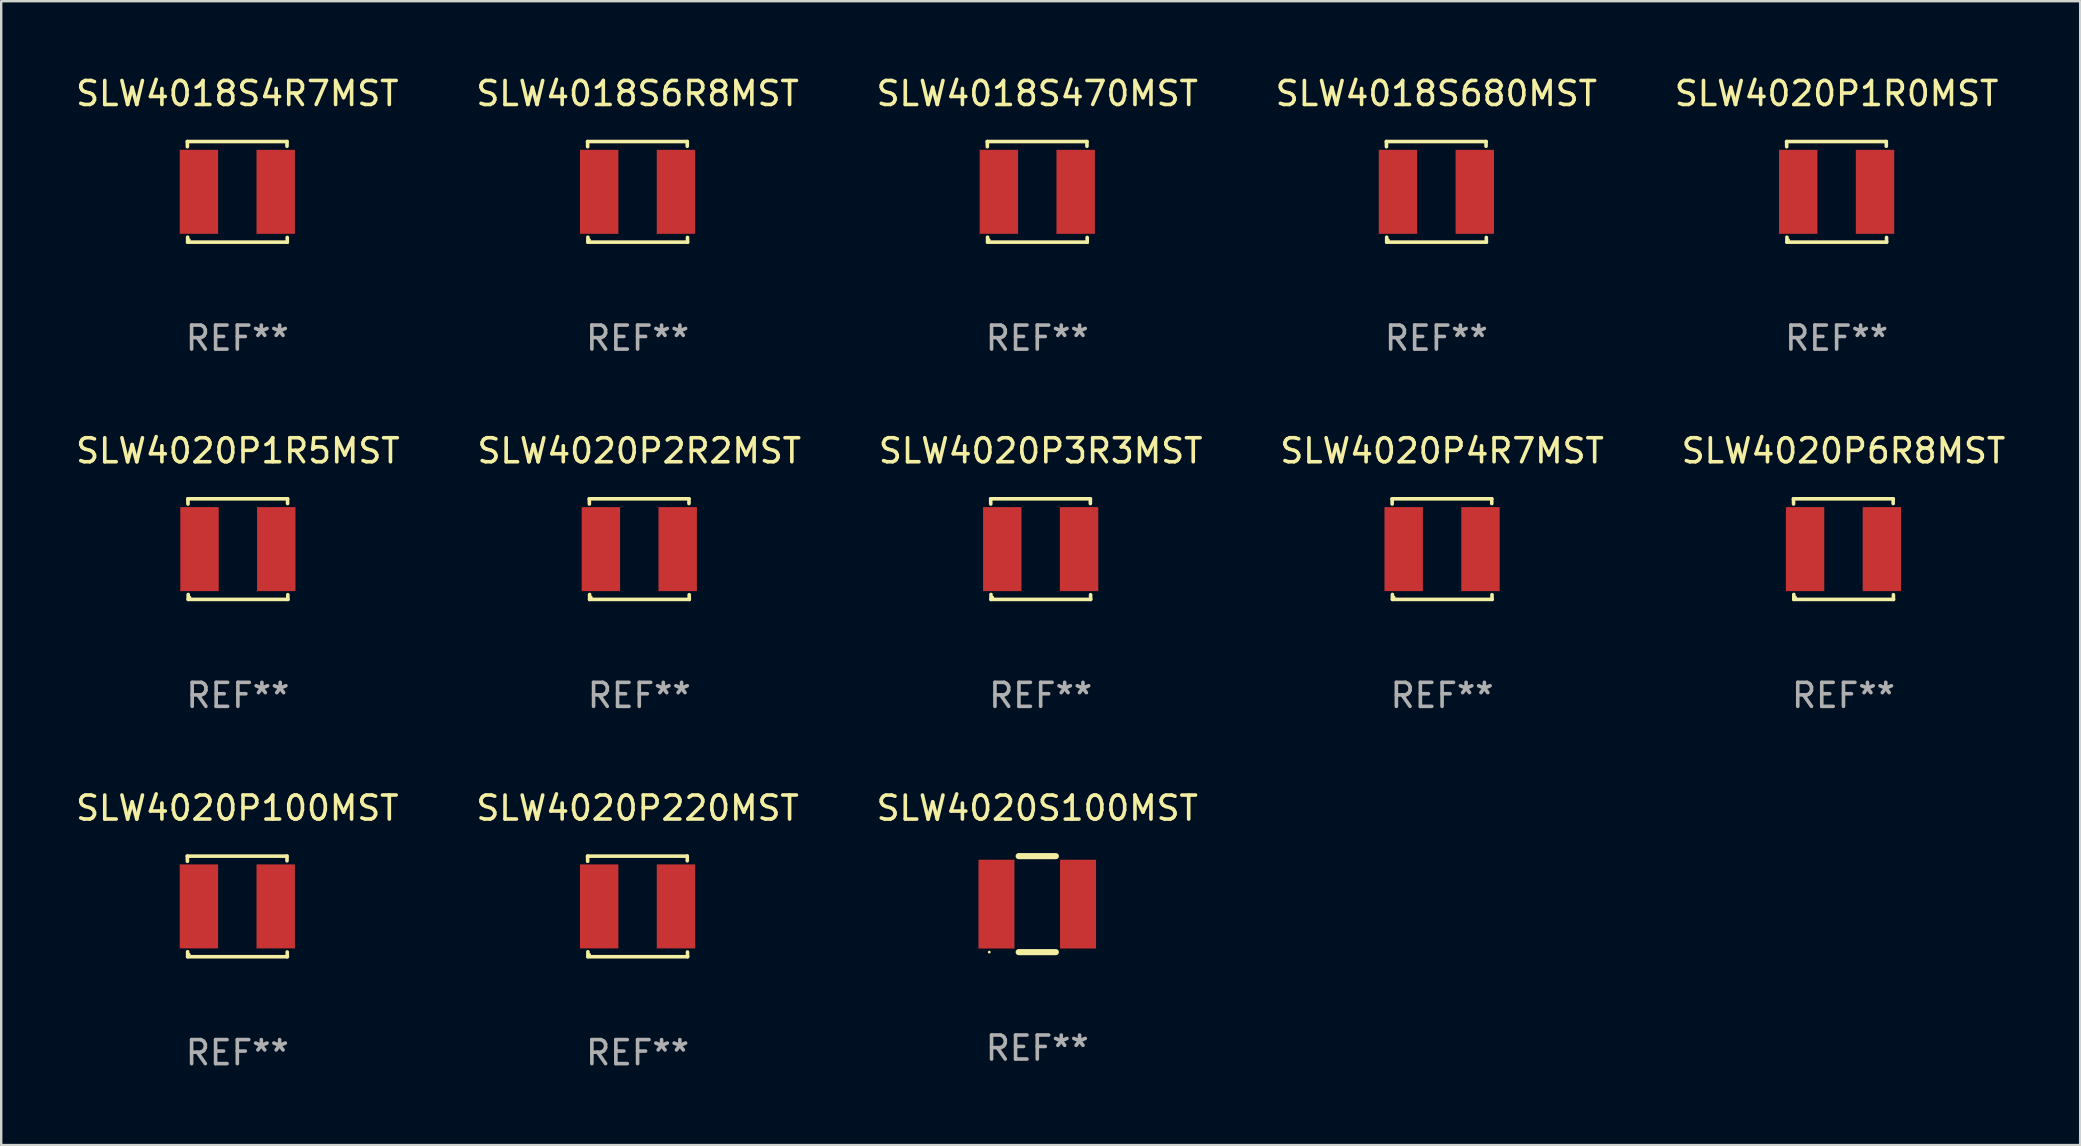
<source format=kicad_pcb>
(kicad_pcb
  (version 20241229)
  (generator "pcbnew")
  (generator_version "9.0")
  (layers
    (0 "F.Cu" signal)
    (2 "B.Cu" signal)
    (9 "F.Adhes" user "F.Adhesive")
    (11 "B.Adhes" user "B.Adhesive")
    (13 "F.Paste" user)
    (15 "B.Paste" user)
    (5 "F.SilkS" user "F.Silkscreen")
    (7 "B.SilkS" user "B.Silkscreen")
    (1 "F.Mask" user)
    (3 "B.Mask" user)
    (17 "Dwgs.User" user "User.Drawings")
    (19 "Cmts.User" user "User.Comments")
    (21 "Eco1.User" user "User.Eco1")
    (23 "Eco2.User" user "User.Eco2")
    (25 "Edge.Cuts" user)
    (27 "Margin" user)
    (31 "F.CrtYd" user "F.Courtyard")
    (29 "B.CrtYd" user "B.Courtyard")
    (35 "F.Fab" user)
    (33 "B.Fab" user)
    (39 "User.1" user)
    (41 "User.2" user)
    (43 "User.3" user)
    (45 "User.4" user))
  (footprint "SLW4018S6R8MST"
    (layer "F.Cu")
    (at 23.518 4.944)
    (property "Reference" "SLW4018S6R8MST" (at 0 -4.096 0) (layer "F.SilkS") (effects (font (size 1 1) (thickness 0.15))))
    (attr through_hole)
    (fp_line (start -2.083 -2.096) (end -2.08 -1.88) (stroke (width 0.15) (type solid)) (layer "F.SilkS"))
    (fp_line (start -2.07 1.89) (end -2.07 2.096) (stroke (width 0.15) (type solid)) (layer "F.SilkS"))
    (fp_line (start -2.07 2.096) (end 2.083 2.096) (stroke (width 0.15) (type solid)) (layer "F.SilkS"))
    (fp_line (start 2.07 -1.9) (end 2.07 -2.096) (stroke (width 0.15) (type solid)) (layer "F.SilkS"))
    (fp_line (start 2.07 -2.096) (end -2.083 -2.096) (stroke (width 0.15) (type solid)) (layer "F.SilkS"))
    (fp_line (start 2.083 2.096) (end 2.08 1.9) (stroke (width 0.15) (type solid)) (layer "F.SilkS"))
    (fp_circle (center -2 2) (end -1.97 2) (stroke (width 0.06) (type solid)) (fill no) (layer "F.SilkS"))
    (fp_text user "REF**" (at 0 6.096 0) (layer "F.Fab") (effects (font (size 1 1) (thickness 0.15))))
    (pad "1" smd rect (at -1.6 -0.000343) (size 1.6 3.5) (layers "F.Cu" "F.Mask" "F.Paste"))
    (pad "2" smd rect (at 1.6 -0.000343) (size 1.6 3.5) (layers "F.Cu" "F.Mask" "F.Paste")))
  (footprint "SLW4020P2R2MST"
    (layer "F.Cu")
    (at 23.589 19.832)
    (property "Reference" "SLW4020P2R2MST" (at 0 -4.096 0) (layer "F.SilkS") (effects (font (size 1 1) (thickness 0.15))))
    (attr through_hole)
    (fp_line (start -2.083 -2.096) (end -2.08 -1.88) (stroke (width 0.15) (type solid)) (layer "F.SilkS"))
    (fp_line (start -2.07 1.89) (end -2.07 2.096) (stroke (width 0.15) (type solid)) (layer "F.SilkS"))
    (fp_line (start -2.07 2.096) (end 2.083 2.096) (stroke (width 0.15) (type solid)) (layer "F.SilkS"))
    (fp_line (start 2.07 -1.9) (end 2.07 -2.096) (stroke (width 0.15) (type solid)) (layer "F.SilkS"))
    (fp_line (start 2.07 -2.096) (end -2.083 -2.096) (stroke (width 0.15) (type solid)) (layer "F.SilkS"))
    (fp_line (start 2.083 2.096) (end 2.08 1.9) (stroke (width 0.15) (type solid)) (layer "F.SilkS"))
    (fp_circle (center -2 2) (end -1.97 2) (stroke (width 0.06) (type solid)) (fill no) (layer "F.SilkS"))
    (fp_text user "REF**" (at 0 6.096 0) (layer "F.Fab") (effects (font (size 1 1) (thickness 0.15))))
    (pad "1" smd rect (at -1.6 -0.000343) (size 1.6 3.5) (layers "F.Cu" "F.Mask" "F.Paste"))
    (pad "2" smd rect (at 1.6 -0.000343) (size 1.6 3.5) (layers "F.Cu" "F.Mask" "F.Paste")))
  (footprint "SLW4020P1R0MST"
    (layer "F.Cu")
    (at 73.482 4.944)
    (property "Reference" "SLW4020P1R0MST" (at 0 -4.096 0) (layer "F.SilkS") (effects (font (size 1 1) (thickness 0.15))))
    (attr through_hole)
    (fp_line (start -2.083 -2.096) (end -2.08 -1.88) (stroke (width 0.15) (type solid)) (layer "F.SilkS"))
    (fp_line (start -2.07 1.89) (end -2.07 2.096) (stroke (width 0.15) (type solid)) (layer "F.SilkS"))
    (fp_line (start -2.07 2.096) (end 2.083 2.096) (stroke (width 0.15) (type solid)) (layer "F.SilkS"))
    (fp_line (start 2.07 -1.9) (end 2.07 -2.096) (stroke (width 0.15) (type solid)) (layer "F.SilkS"))
    (fp_line (start 2.07 -2.096) (end -2.083 -2.096) (stroke (width 0.15) (type solid)) (layer "F.SilkS"))
    (fp_line (start 2.083 2.096) (end 2.08 1.9) (stroke (width 0.15) (type solid)) (layer "F.SilkS"))
    (fp_circle (center -2 2) (end -1.97 2) (stroke (width 0.06) (type solid)) (fill no) (layer "F.SilkS"))
    (fp_text user "REF**" (at 0 6.096 0) (layer "F.Fab") (effects (font (size 1 1) (thickness 0.15))))
    (pad "1" smd rect (at -1.6 -0.000343) (size 1.6 3.5) (layers "F.Cu" "F.Mask" "F.Paste"))
    (pad "2" smd rect (at 1.6 -0.000343) (size 1.6 3.5) (layers "F.Cu" "F.Mask" "F.Paste")))
  (footprint "SLW4018S4R7MST"
    (layer "F.Cu")
    (at 6.839 4.944)
    (property "Reference" "SLW4018S4R7MST" (at 0 -4.096 0) (layer "F.SilkS") (effects (font (size 1 1) (thickness 0.15))))
    (attr through_hole)
    (fp_line (start -2.083 -2.096) (end -2.08 -1.88) (stroke (width 0.15) (type solid)) (layer "F.SilkS"))
    (fp_line (start -2.07 1.89) (end -2.07 2.096) (stroke (width 0.15) (type solid)) (layer "F.SilkS"))
    (fp_line (start -2.07 2.096) (end 2.083 2.096) (stroke (width 0.15) (type solid)) (layer "F.SilkS"))
    (fp_line (start 2.07 -1.9) (end 2.07 -2.096) (stroke (width 0.15) (type solid)) (layer "F.SilkS"))
    (fp_line (start 2.07 -2.096) (end -2.083 -2.096) (stroke (width 0.15) (type solid)) (layer "F.SilkS"))
    (fp_line (start 2.083 2.096) (end 2.08 1.9) (stroke (width 0.15) (type solid)) (layer "F.SilkS"))
    (fp_circle (center -2 2) (end -1.97 2) (stroke (width 0.06) (type solid)) (fill no) (layer "F.SilkS"))
    (fp_text user "REF**" (at 0 6.096 0) (layer "F.Fab") (effects (font (size 1 1) (thickness 0.15))))
    (pad "1" smd rect (at -1.6 -0.000343) (size 1.6 3.5) (layers "F.Cu" "F.Mask" "F.Paste"))
    (pad "2" smd rect (at 1.6 -0.000343) (size 1.6 3.5) (layers "F.Cu" "F.Mask" "F.Paste")))
  (footprint "SLW4020S100MST"
    (layer "F.Cu")
    (at 40.173 34.625)
    (property "Reference" "SLW4020S100MST" (at 0 -4 0) (layer "F.SilkS") (effects (font (size 1 1) (thickness 0.15))))
    (attr through_hole)
    (fp_line (start -0.775 2) (end 0.775 2) (stroke (width 0.254) (type solid)) (layer "F.SilkS"))
    (fp_line (start -0.775 -2) (end 0.775 -2) (stroke (width 0.254) (type solid)) (layer "F.SilkS"))
    (fp_circle (center -2 2) (end -1.97 2) (stroke (width 0.06) (type solid)) (fill no) (layer "F.SilkS"))
    (fp_text user "REF**" (at 0 6 0) (layer "F.Fab") (effects (font (size 1 1) (thickness 0.15))))
    (pad "1" smd rect (at -1.7 0 270) (size 3.7 1.5) (layers "F.Cu" "F.Mask" "F.Paste"))
    (pad "2" smd rect (at 1.7 0 270) (size 3.7 1.5) (layers "F.Cu" "F.Mask" "F.Paste")))
  (footprint "SLW4020P3R3MST"
    (layer "F.Cu")
    (at 40.315 19.832)
    (property "Reference" "SLW4020P3R3MST" (at 0 -4.096 0) (layer "F.SilkS") (effects (font (size 1 1) (thickness 0.15))))
    (attr through_hole)
    (fp_line (start -2.083 -2.096) (end -2.08 -1.88) (stroke (width 0.15) (type solid)) (layer "F.SilkS"))
    (fp_line (start -2.07 1.89) (end -2.07 2.096) (stroke (width 0.15) (type solid)) (layer "F.SilkS"))
    (fp_line (start -2.07 2.096) (end 2.083 2.096) (stroke (width 0.15) (type solid)) (layer "F.SilkS"))
    (fp_line (start 2.07 -1.9) (end 2.07 -2.096) (stroke (width 0.15) (type solid)) (layer "F.SilkS"))
    (fp_line (start 2.07 -2.096) (end -2.083 -2.096) (stroke (width 0.15) (type solid)) (layer "F.SilkS"))
    (fp_line (start 2.083 2.096) (end 2.08 1.9) (stroke (width 0.15) (type solid)) (layer "F.SilkS"))
    (fp_circle (center -2 2) (end -1.97 2) (stroke (width 0.06) (type solid)) (fill no) (layer "F.SilkS"))
    (fp_text user "REF**" (at 0 6.096 0) (layer "F.Fab") (effects (font (size 1 1) (thickness 0.15))))
    (pad "1" smd rect (at -1.6 -0.000343) (size 1.6 3.5) (layers "F.Cu" "F.Mask" "F.Paste"))
    (pad "2" smd rect (at 1.6 -0.000343) (size 1.6 3.5) (layers "F.Cu" "F.Mask" "F.Paste")))
  (footprint "SLW4020P220MST"
    (layer "F.Cu")
    (at 23.518 34.72)
    (property "Reference" "SLW4020P220MST" (at 0 -4.096 0) (layer "F.SilkS") (effects (font (size 1 1) (thickness 0.15))))
    (attr through_hole)
    (fp_line (start -2.083 -2.096) (end -2.08 -1.88) (stroke (width 0.15) (type solid)) (layer "F.SilkS"))
    (fp_line (start -2.07 1.89) (end -2.07 2.096) (stroke (width 0.15) (type solid)) (layer "F.SilkS"))
    (fp_line (start -2.07 2.096) (end 2.083 2.096) (stroke (width 0.15) (type solid)) (layer "F.SilkS"))
    (fp_line (start 2.07 -1.9) (end 2.07 -2.096) (stroke (width 0.15) (type solid)) (layer "F.SilkS"))
    (fp_line (start 2.07 -2.096) (end -2.083 -2.096) (stroke (width 0.15) (type solid)) (layer "F.SilkS"))
    (fp_line (start 2.083 2.096) (end 2.08 1.9) (stroke (width 0.15) (type solid)) (layer "F.SilkS"))
    (fp_circle (center -2 2) (end -1.97 2) (stroke (width 0.06) (type solid)) (fill no) (layer "F.SilkS"))
    (fp_text user "REF**" (at 0 6.096 0) (layer "F.Fab") (effects (font (size 1 1) (thickness 0.15))))
    (pad "1" smd rect (at -1.6 -0.000343) (size 1.6 3.5) (layers "F.Cu" "F.Mask" "F.Paste"))
    (pad "2" smd rect (at 1.6 -0.000343) (size 1.6 3.5) (layers "F.Cu" "F.Mask" "F.Paste")))
  (footprint "SLW4020P100MST"
    (layer "F.Cu")
    (at 6.839 34.72)
    (property "Reference" "SLW4020P100MST" (at 0 -4.096 0) (layer "F.SilkS") (effects (font (size 1 1) (thickness 0.15))))
    (attr through_hole)
    (fp_line (start -2.083 -2.096) (end -2.08 -1.88) (stroke (width 0.15) (type solid)) (layer "F.SilkS"))
    (fp_line (start -2.07 1.89) (end -2.07 2.096) (stroke (width 0.15) (type solid)) (layer "F.SilkS"))
    (fp_line (start -2.07 2.096) (end 2.083 2.096) (stroke (width 0.15) (type solid)) (layer "F.SilkS"))
    (fp_line (start 2.07 -1.9) (end 2.07 -2.096) (stroke (width 0.15) (type solid)) (layer "F.SilkS"))
    (fp_line (start 2.07 -2.096) (end -2.083 -2.096) (stroke (width 0.15) (type solid)) (layer "F.SilkS"))
    (fp_line (start 2.083 2.096) (end 2.08 1.9) (stroke (width 0.15) (type solid)) (layer "F.SilkS"))
    (fp_circle (center -2 2) (end -1.97 2) (stroke (width 0.06) (type solid)) (fill no) (layer "F.SilkS"))
    (fp_text user "REF**" (at 0 6.096 0) (layer "F.Fab") (effects (font (size 1 1) (thickness 0.15))))
    (pad "1" smd rect (at -1.6 -0.000343) (size 1.6 3.5) (layers "F.Cu" "F.Mask" "F.Paste"))
    (pad "2" smd rect (at 1.6 -0.000343) (size 1.6 3.5) (layers "F.Cu" "F.Mask" "F.Paste")))
  (footprint "SLW4020P1R5MST"
    (layer "F.Cu")
    (at 6.863 19.832)
    (property "Reference" "SLW4020P1R5MST" (at 0 -4.096 0) (layer "F.SilkS") (effects (font (size 1 1) (thickness 0.15))))
    (attr through_hole)
    (fp_line (start -2.083 -2.096) (end -2.08 -1.88) (stroke (width 0.15) (type solid)) (layer "F.SilkS"))
    (fp_line (start -2.07 1.89) (end -2.07 2.096) (stroke (width 0.15) (type solid)) (layer "F.SilkS"))
    (fp_line (start -2.07 2.096) (end 2.083 2.096) (stroke (width 0.15) (type solid)) (layer "F.SilkS"))
    (fp_line (start 2.07 -1.9) (end 2.07 -2.096) (stroke (width 0.15) (type solid)) (layer "F.SilkS"))
    (fp_line (start 2.07 -2.096) (end -2.083 -2.096) (stroke (width 0.15) (type solid)) (layer "F.SilkS"))
    (fp_line (start 2.083 2.096) (end 2.08 1.9) (stroke (width 0.15) (type solid)) (layer "F.SilkS"))
    (fp_circle (center -2 2) (end -1.97 2) (stroke (width 0.06) (type solid)) (fill no) (layer "F.SilkS"))
    (fp_text user "REF**" (at 0 6.096 0) (layer "F.Fab") (effects (font (size 1 1) (thickness 0.15))))
    (pad "1" smd rect (at -1.6 -0.000343) (size 1.6 3.5) (layers "F.Cu" "F.Mask" "F.Paste"))
    (pad "2" smd rect (at 1.6 -0.000343) (size 1.6 3.5) (layers "F.Cu" "F.Mask" "F.Paste")))
  (footprint "SLW4018S680MST"
    (layer "F.Cu")
    (at 56.804 4.944)
    (property "Reference" "SLW4018S680MST" (at 0 -4.096 0) (layer "F.SilkS") (effects (font (size 1 1) (thickness 0.15))))
    (attr through_hole)
    (fp_line (start -2.083 -2.096) (end -2.08 -1.88) (stroke (width 0.15) (type solid)) (layer "F.SilkS"))
    (fp_line (start -2.07 1.89) (end -2.07 2.096) (stroke (width 0.15) (type solid)) (layer "F.SilkS"))
    (fp_line (start -2.07 2.096) (end 2.083 2.096) (stroke (width 0.15) (type solid)) (layer "F.SilkS"))
    (fp_line (start 2.07 -1.9) (end 2.07 -2.096) (stroke (width 0.15) (type solid)) (layer "F.SilkS"))
    (fp_line (start 2.07 -2.096) (end -2.083 -2.096) (stroke (width 0.15) (type solid)) (layer "F.SilkS"))
    (fp_line (start 2.083 2.096) (end 2.08 1.9) (stroke (width 0.15) (type solid)) (layer "F.SilkS"))
    (fp_circle (center -2 2) (end -1.97 2) (stroke (width 0.06) (type solid)) (fill no) (layer "F.SilkS"))
    (fp_text user "REF**" (at 0 6.096 0) (layer "F.Fab") (effects (font (size 1 1) (thickness 0.15))))
    (pad "1" smd rect (at -1.6 -0.000343) (size 1.6 3.5) (layers "F.Cu" "F.Mask" "F.Paste"))
    (pad "2" smd rect (at 1.6 -0.000343) (size 1.6 3.5) (layers "F.Cu" "F.Mask" "F.Paste")))
  (footprint "SLW4020P6R8MST"
    (layer "F.Cu")
    (at 73.768 19.832)
    (property "Reference" "SLW4020P6R8MST" (at 0 -4.096 0) (layer "F.SilkS") (effects (font (size 1 1) (thickness 0.15))))
    (attr through_hole)
    (fp_line (start -2.083 -2.096) (end -2.08 -1.88) (stroke (width 0.15) (type solid)) (layer "F.SilkS"))
    (fp_line (start -2.07 1.89) (end -2.07 2.096) (stroke (width 0.15) (type solid)) (layer "F.SilkS"))
    (fp_line (start -2.07 2.096) (end 2.083 2.096) (stroke (width 0.15) (type solid)) (layer "F.SilkS"))
    (fp_line (start 2.07 -1.9) (end 2.07 -2.096) (stroke (width 0.15) (type solid)) (layer "F.SilkS"))
    (fp_line (start 2.07 -2.096) (end -2.083 -2.096) (stroke (width 0.15) (type solid)) (layer "F.SilkS"))
    (fp_line (start 2.083 2.096) (end 2.08 1.9) (stroke (width 0.15) (type solid)) (layer "F.SilkS"))
    (fp_circle (center -2 2) (end -1.97 2) (stroke (width 0.06) (type solid)) (fill no) (layer "F.SilkS"))
    (fp_text user "REF**" (at 0 6.096 0) (layer "F.Fab") (effects (font (size 1 1) (thickness 0.15))))
    (pad "1" smd rect (at -1.6 -0.000343) (size 1.6 3.5) (layers "F.Cu" "F.Mask" "F.Paste"))
    (pad "2" smd rect (at 1.6 -0.000343) (size 1.6 3.5) (layers "F.Cu" "F.Mask" "F.Paste")))
  (footprint "SLW4018S470MST"
    (layer "F.Cu")
    (at 40.173 4.944)
    (property "Reference" "SLW4018S470MST" (at 0 -4.096 0) (layer "F.SilkS") (effects (font (size 1 1) (thickness 0.15))))
    (attr through_hole)
    (fp_line (start -2.083 -2.096) (end -2.08 -1.88) (stroke (width 0.15) (type solid)) (layer "F.SilkS"))
    (fp_line (start -2.07 1.89) (end -2.07 2.096) (stroke (width 0.15) (type solid)) (layer "F.SilkS"))
    (fp_line (start -2.07 2.096) (end 2.083 2.096) (stroke (width 0.15) (type solid)) (layer "F.SilkS"))
    (fp_line (start 2.07 -1.9) (end 2.07 -2.096) (stroke (width 0.15) (type solid)) (layer "F.SilkS"))
    (fp_line (start 2.07 -2.096) (end -2.083 -2.096) (stroke (width 0.15) (type solid)) (layer "F.SilkS"))
    (fp_line (start 2.083 2.096) (end 2.08 1.9) (stroke (width 0.15) (type solid)) (layer "F.SilkS"))
    (fp_circle (center -2 2) (end -1.97 2) (stroke (width 0.06) (type solid)) (fill no) (layer "F.SilkS"))
    (fp_text user "REF**" (at 0 6.096 0) (layer "F.Fab") (effects (font (size 1 1) (thickness 0.15))))
    (pad "1" smd rect (at -1.6 -0.000343) (size 1.6 3.5) (layers "F.Cu" "F.Mask" "F.Paste"))
    (pad "2" smd rect (at 1.6 -0.000343) (size 1.6 3.5) (layers "F.Cu" "F.Mask" "F.Paste")))
  (footprint "SLW4020P4R7MST"
    (layer "F.Cu")
    (at 57.042 19.832)
    (property "Reference" "SLW4020P4R7MST" (at 0 -4.096 0) (layer "F.SilkS") (effects (font (size 1 1) (thickness 0.15))))
    (attr through_hole)
    (fp_line (start -2.083 -2.096) (end -2.08 -1.88) (stroke (width 0.15) (type solid)) (layer "F.SilkS"))
    (fp_line (start -2.07 1.89) (end -2.07 2.096) (stroke (width 0.15) (type solid)) (layer "F.SilkS"))
    (fp_line (start -2.07 2.096) (end 2.083 2.096) (stroke (width 0.15) (type solid)) (layer "F.SilkS"))
    (fp_line (start 2.07 -1.9) (end 2.07 -2.096) (stroke (width 0.15) (type solid)) (layer "F.SilkS"))
    (fp_line (start 2.07 -2.096) (end -2.083 -2.096) (stroke (width 0.15) (type solid)) (layer "F.SilkS"))
    (fp_line (start 2.083 2.096) (end 2.08 1.9) (stroke (width 0.15) (type solid)) (layer "F.SilkS"))
    (fp_circle (center -2 2) (end -1.97 2) (stroke (width 0.06) (type solid)) (fill no) (layer "F.SilkS"))
    (fp_text user "REF**" (at 0 6.096 0) (layer "F.Fab") (effects (font (size 1 1) (thickness 0.15))))
    (pad "1" smd rect (at -1.6 -0.000343) (size 1.6 3.5) (layers "F.Cu" "F.Mask" "F.Paste"))
    (pad "2" smd rect (at 1.6 -0.000343) (size 1.6 3.5) (layers "F.Cu" "F.Mask" "F.Paste")))
  (gr_rect
    (start -3 -3)
    (end 83.631 44.665)
    (stroke (width 0.1) (type default))
    (fill no)
    (layer "Edge.Cuts")))
</source>
